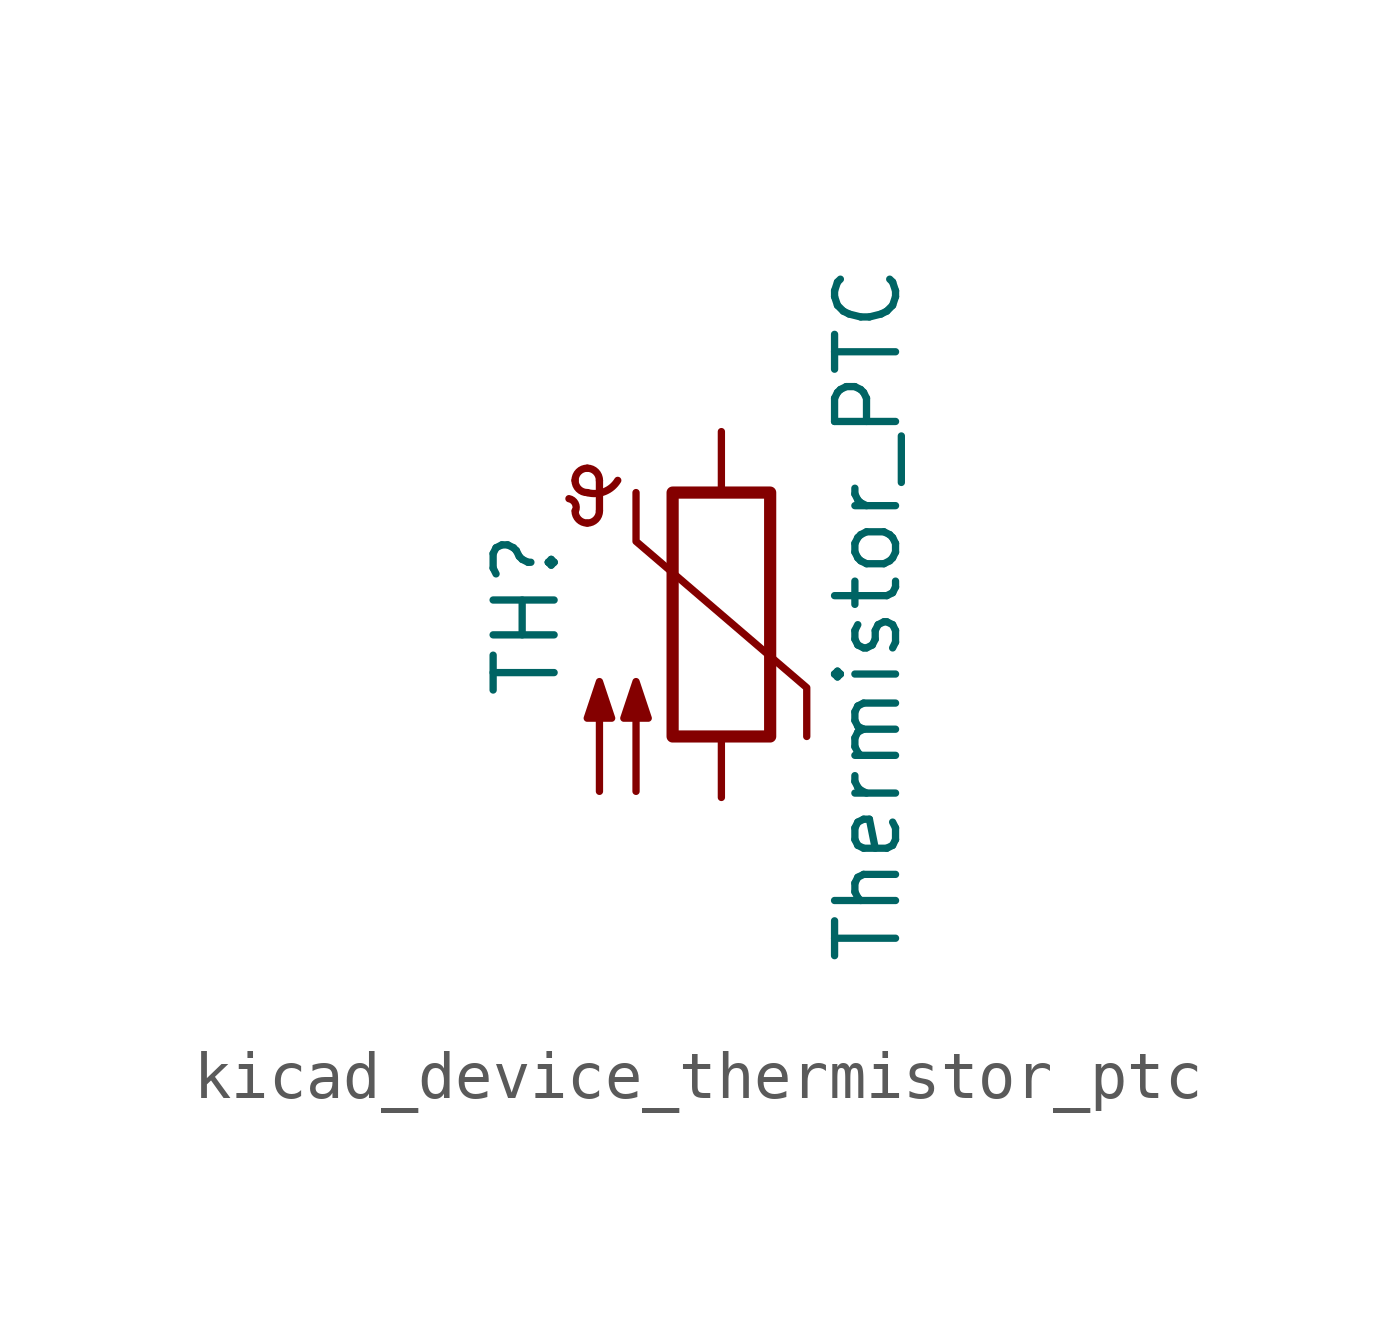
<source format=kicad_sym>
(kicad_symbol_lib
  (version 20220914)
  (generator kicad_symbol_editor)
  (symbol "kicad_device_thermistor_ptc"
    (pin_numbers hide)
    (pin_names
      (offset 0))
    (property "Reference" "TH"
      (at -4.064 0 90)
      (effects (font (size 1.27 1.27))))
    (property "Value" "Thermistor_PTC"
      (at 3.048 0 90)
      (effects (font (size 1.27 1.27))))
    (symbol "kicad_device_thermistor_ptc_0_1"
      (arc (start -3.048 2.159) (mid -3.0495 2.3143) (end -3.175 2.413) (stroke (width 0) (type default)) (fill (type none)))
      (arc (start -3.048 2.159) (mid -2.9736 1.9794) (end -2.794 1.905) (stroke (width 0) (type default)) (fill (type none)))
      (arc (start -3.048 2.794) (mid -2.9736 2.6144) (end -2.794 2.54) (stroke (width 0) (type default)) (fill (type none)))
      (arc (start -2.794 1.905) (mid -2.6144 1.9794) (end -2.54 2.159) (stroke (width 0) (type default)) (fill (type none)))
      (arc (start -2.794 2.54) (mid -2.4393 2.5587) (end -2.159 2.794) (stroke (width 0) (type default)) (fill (type none)))
      (arc (start -2.794 3.048) (mid -2.9736 2.9736) (end -3.048 2.794) (stroke (width 0) (type default)) (fill (type none)))
      (arc (start -2.54 2.794) (mid -2.6144 2.9736) (end -2.794 3.048) (stroke (width 0) (type default)) (fill (type none)))
      (rectangle (start -1.016 2.54) (end 1.016 -2.54) (stroke (width 0.254) (type default)) (fill (type none)))
      (polyline (pts (xy -2.54 2.159) (xy -2.54 2.794)) (stroke (width 0) (type default)) (fill (type none)))
      (polyline (pts (xy -1.778 2.54) (xy -1.778 1.524) (xy 1.778 -1.524) (xy 1.778 -2.54)) (stroke (width 0) (type default)) (fill (type none)))
      (polyline (pts (xy -2.54 -3.683) (xy -2.54 -1.397) (xy -2.794 -2.159) (xy -2.286 -2.159) (xy -2.54 -1.397) (xy -2.54 -1.651)) (stroke (width 0) (type default)) (fill (type outline)))
      (polyline (pts (xy -1.778 -3.683) (xy -1.778 -1.397) (xy -2.032 -2.159) (xy -1.524 -2.159) (xy -1.778 -1.397) (xy -1.778 -1.651)) (stroke (width 0) (type default)) (fill (type outline))))
    (symbol "kicad_device_thermistor_ptc_1_1"
      (pin passive line (at 0 3.81 270) (length 1.27) (name "~" (effects (font (size 1.27 1.27)))) (number "1" (effects (font (size 1.27 1.27)))))
      (pin passive line (at 0 -3.81 90) (length 1.27) (name "~" (effects (font (size 1.27 1.27)))) (number "2" (effects (font (size 1.27 1.27))))))))
</source>
